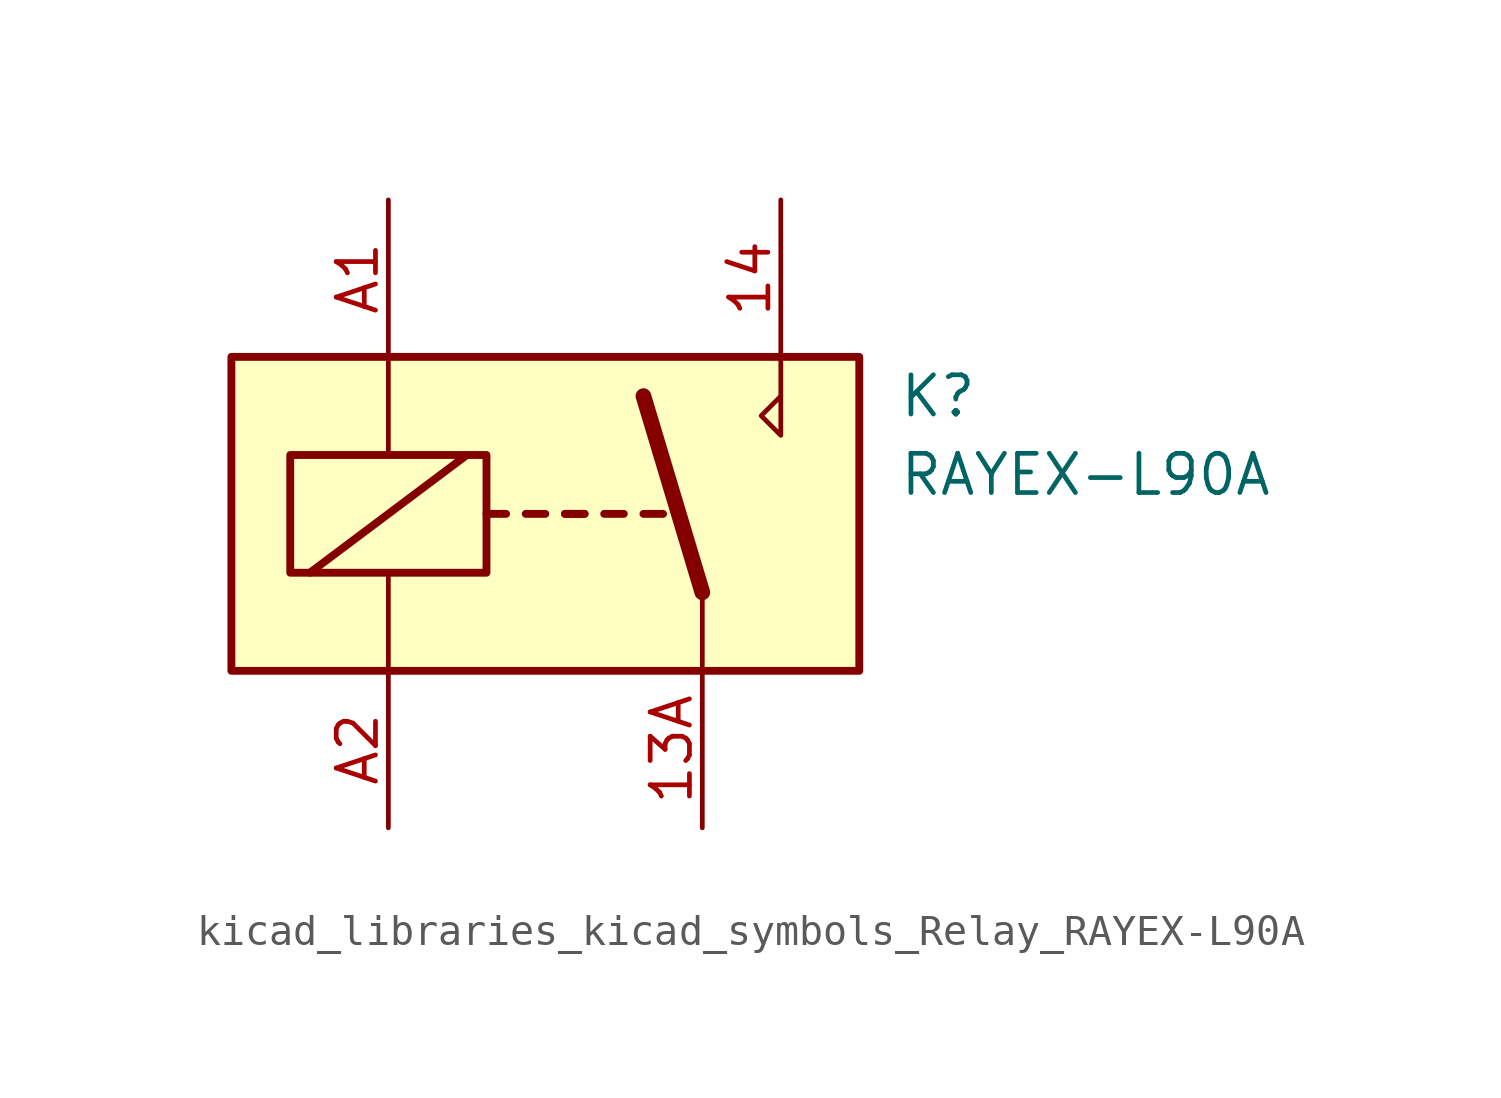
<source format=kicad_sym>
(kicad_symbol_lib
  (version 20220914)
  (generator kicad_symbol_editor)
  (symbol "kicad_libraries_kicad_symbols_Relay_RAYEX-L90A"
    (property "Reference" "K"
      (at 11.43 3.81 0)
      (effects (font (size 1.27 1.27)) (justify left)))
    (property "Value" "RAYEX-L90A"
      (at 11.43 1.27 0)
      (effects (font (size 1.27 1.27)) (justify left)))
    (symbol "kicad_libraries_kicad_symbols_Relay_RAYEX-L90A_1_0"
      (polyline (pts (xy 7.62 3.81) (xy 7.62 5.08)) (stroke (width 0) (type default)) (fill (type none)))
      (polyline (pts (xy 7.62 3.81) (xy 7.62 2.54) (xy 6.985 3.175) (xy 7.62 3.81)) (stroke (width 0) (type default)) (fill (type none))))
    (symbol "kicad_libraries_kicad_symbols_Relay_RAYEX-L90A_1_1"
      (rectangle (start -10.16 5.08) (end 10.16 -5.08) (stroke (width 0.254) (type default)) (fill (type background)))
      (rectangle (start -8.255 1.905) (end -1.905 -1.905) (stroke (width 0.254) (type default)) (fill (type none)))
      (polyline (pts (xy -7.62 -1.905) (xy -2.54 1.905)) (stroke (width 0.254) (type default)) (fill (type none)))
      (polyline (pts (xy -5.08 -5.08) (xy -5.08 -1.905)) (stroke (width 0) (type default)) (fill (type none)))
      (polyline (pts (xy -5.08 5.08) (xy -5.08 1.905)) (stroke (width 0) (type default)) (fill (type none)))
      (polyline (pts (xy -1.905 0) (xy -1.27 0)) (stroke (width 0.254) (type default)) (fill (type none)))
      (polyline (pts (xy -0.635 0) (xy 0 0)) (stroke (width 0.254) (type default)) (fill (type none)))
      (polyline (pts (xy 0.635 0) (xy 1.27 0)) (stroke (width 0.254) (type default)) (fill (type none)))
      (polyline (pts (xy 0.635 0) (xy 1.27 0)) (stroke (width 0.254) (type default)) (fill (type none)))
      (polyline (pts (xy 1.905 0) (xy 2.54 0)) (stroke (width 0.254) (type default)) (fill (type none)))
      (polyline (pts (xy 3.175 0) (xy 3.81 0)) (stroke (width 0.254) (type default)) (fill (type none)))
      (polyline (pts (xy 5.08 -2.54) (xy 3.175 3.81)) (stroke (width 0.508) (type default)) (fill (type none)))
      (polyline (pts (xy 5.08 -2.54) (xy 5.08 -5.08)) (stroke (width 0) (type default)) (fill (type none)))
      (pin passive line (at 5.08 -10.16 90) (length 5.08) (name "~" (effects (font (size 1.27 1.27)))) (number "13A" (effects (font (size 1.27 1.27)))))
      (pin passive line (at 5.08 -10.16 90) (length 5.08) hide (name "~" (effects (font (size 1.27 1.27)))) (number "13B" (effects (font (size 1.27 1.27)))))
      (pin passive line (at 7.62 10.16 270) (length 5.08) (name "~" (effects (font (size 1.27 1.27)))) (number "14" (effects (font (size 1.27 1.27)))))
      (pin passive line (at -5.08 10.16 270) (length 5.08) (name "~" (effects (font (size 1.27 1.27)))) (number "A1" (effects (font (size 1.27 1.27)))))
      (pin passive line (at -5.08 -10.16 90) (length 5.08) (name "~" (effects (font (size 1.27 1.27)))) (number "A2" (effects (font (size 1.27 1.27))))))))
</source>
